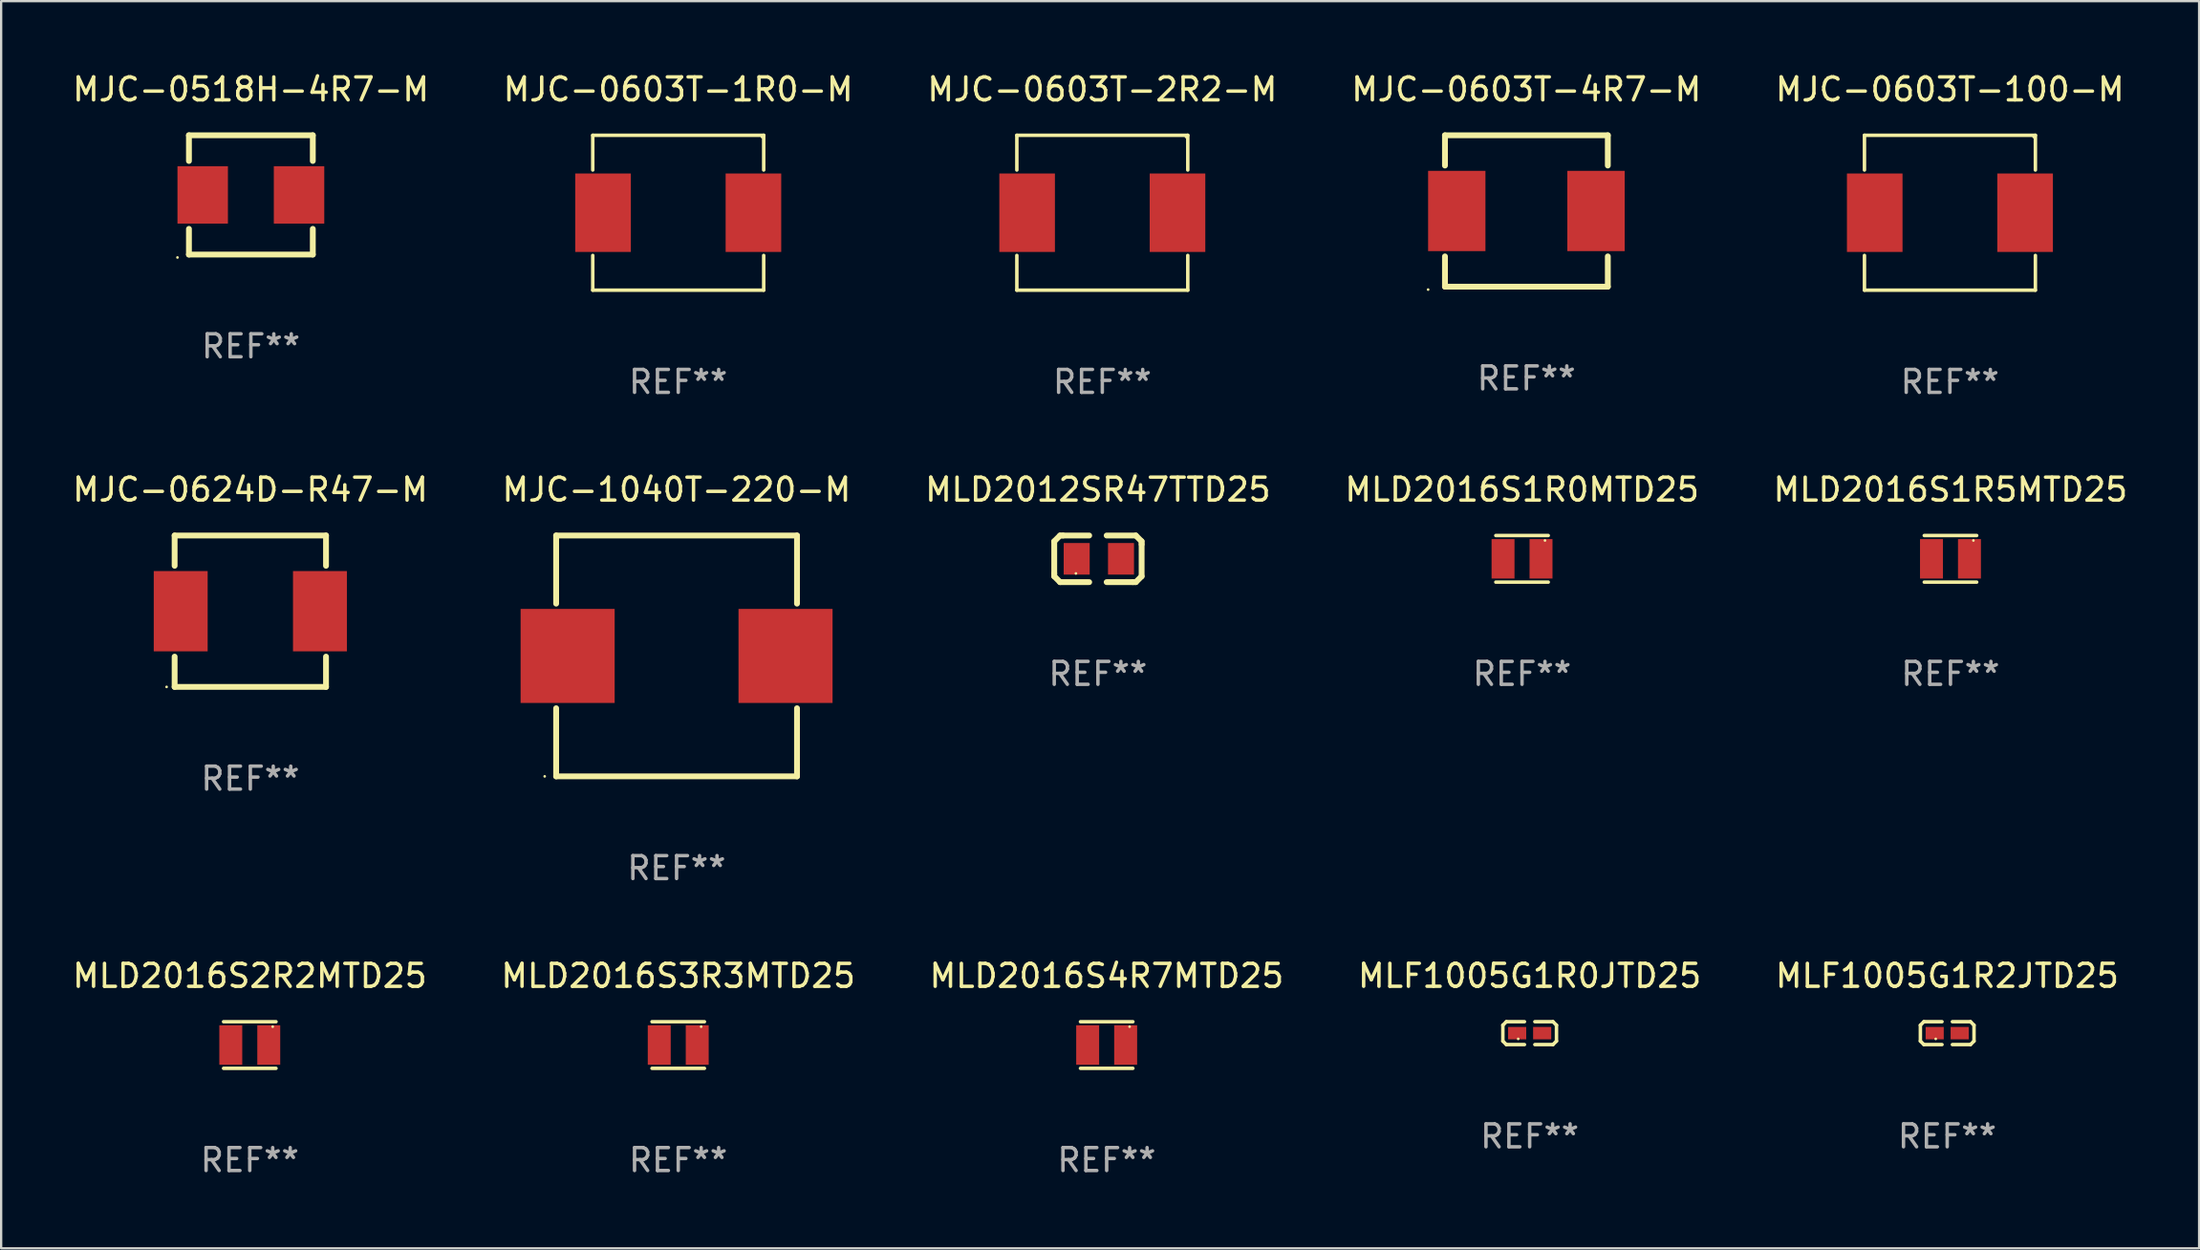
<source format=kicad_pcb>
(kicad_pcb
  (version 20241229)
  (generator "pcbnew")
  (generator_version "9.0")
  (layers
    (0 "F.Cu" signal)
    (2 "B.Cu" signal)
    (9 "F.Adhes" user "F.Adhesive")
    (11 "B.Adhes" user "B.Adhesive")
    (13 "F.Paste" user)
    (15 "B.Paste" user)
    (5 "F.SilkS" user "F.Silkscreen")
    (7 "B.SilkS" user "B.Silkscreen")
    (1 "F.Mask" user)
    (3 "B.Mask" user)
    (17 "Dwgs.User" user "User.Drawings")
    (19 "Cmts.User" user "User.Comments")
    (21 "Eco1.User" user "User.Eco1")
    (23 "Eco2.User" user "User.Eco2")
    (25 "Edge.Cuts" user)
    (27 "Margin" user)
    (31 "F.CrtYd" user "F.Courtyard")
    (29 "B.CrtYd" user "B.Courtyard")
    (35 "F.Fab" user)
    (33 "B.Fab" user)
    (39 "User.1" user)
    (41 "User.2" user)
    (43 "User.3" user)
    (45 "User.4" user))
  (footprint "MJC-0603T-4R7-M"
    (layer "F.Cu")
    (at 63.494 6.148)
    (property "Reference" "MJC-0603T-4R7-M" (at 0 -5.3 0) (layer "F.SilkS") (effects (font (size 1 1) (thickness 0.15))))
    (attr through_hole)
    (fp_line (start -3.55 -3.3) (end -3.55 -1.981) (stroke (width 0.254) (type solid)) (layer "F.SilkS"))
    (fp_line (start -3.55 -3.3) (end 3.55 -3.3) (stroke (width 0.254) (type solid)) (layer "F.SilkS"))
    (fp_line (start -3.55 1.981) (end -3.55 3.3) (stroke (width 0.254) (type solid)) (layer "F.SilkS"))
    (fp_line (start 3.55 3.3) (end -3.55 3.3) (stroke (width 0.254) (type solid)) (layer "F.SilkS"))
    (fp_line (start 3.55 -3.3) (end 3.55 -1.981) (stroke (width 0.254) (type solid)) (layer "F.SilkS"))
    (fp_line (start 3.55 1.981) (end 3.55 3.3) (stroke (width 0.254) (type solid)) (layer "F.SilkS"))
    (fp_circle (center -4.285 3.427) (end -4.255 3.427) (stroke (width 0.06) (type solid)) (fill no) (layer "F.SilkS"))
    (fp_text user "REF**" (at 0 7.3 0) (layer "F.Fab") (effects (font (size 1 1) (thickness 0.15))))
    (pad "1" smd rect (at -3.035 0) (size 2.5 3.5) (layers "F.Cu" "F.Mask" "F.Paste"))
    (pad "2" smd rect (at 3.035 0) (size 2.5 3.5) (layers "F.Cu" "F.Mask" "F.Paste")))
  (footprint "MJC-0518H-4R7-M"
    (layer "F.Cu")
    (at 7.887 5.448)
    (property "Reference" "MJC-0518H-4R7-M" (at 0 -4.6 0) (layer "F.SilkS") (effects (font (size 1 1) (thickness 0.15))))
    (attr through_hole)
    (fp_line (start -2.7 -2.6) (end -2.7 -1.481) (stroke (width 0.254) (type solid)) (layer "F.SilkS"))
    (fp_line (start -2.7 -2.6) (end 2.7 -2.6) (stroke (width 0.254) (type solid)) (layer "F.SilkS"))
    (fp_line (start -2.7 1.481) (end -2.7 2.6) (stroke (width 0.254) (type solid)) (layer "F.SilkS"))
    (fp_line (start 2.7 -2.6) (end 2.7 -1.481) (stroke (width 0.254) (type solid)) (layer "F.SilkS"))
    (fp_line (start 2.7 1.481) (end 2.7 2.6) (stroke (width 0.254) (type solid)) (layer "F.SilkS"))
    (fp_line (start 2.7 2.6) (end -2.7 2.6) (stroke (width 0.254) (type solid)) (layer "F.SilkS"))
    (fp_circle (center -3.2 2.727) (end -3.17 2.727) (stroke (width 0.06) (type solid)) (fill no) (layer "F.SilkS"))
    (fp_text user "REF**" (at 0 6.6 0) (layer "F.Fab") (effects (font (size 1 1) (thickness 0.15))))
    (pad "1" smd rect (at -2.1 0) (size 2.2 2.5) (layers "F.Cu" "F.Mask" "F.Paste"))
    (pad "2" smd rect (at 2.1 0) (size 2.2 2.5) (layers "F.Cu" "F.Mask" "F.Paste")))
  (footprint "MLD2016S3R3MTD25"
    (layer "F.Cu")
    (at 26.518 42.51)
    (property "Reference" "MLD2016S3R3MTD25" (at 0 -3.016 0) (layer "F.SilkS") (effects (font (size 1 1) (thickness 0.15))))
    (attr through_hole)
    (fp_line (start -1.143 -1.016) (end 1.143 -1.016) (stroke (width 0.152) (type solid)) (layer "F.SilkS"))
    (fp_line (start 1.143 1.016) (end -1.143 1.016) (stroke (width 0.152) (type solid)) (layer "F.SilkS"))
    (fp_circle (center 1 -0.8) (end 1.03 -0.8) (stroke (width 0.06) (type solid)) (fill no) (layer "F.SilkS"))
    (fp_text user "REF**" (at 0 5.016 0) (layer "F.Fab") (effects (font (size 1 1) (thickness 0.15))))
    (pad "1" smd rect (at 0.828 0) (size 1 1.72) (layers "F.Cu" "F.Mask" "F.Paste"))
    (pad "2" smd rect (at -0.828 0) (size 1 1.72) (layers "F.Cu" "F.Mask" "F.Paste")))
  (footprint "MLD2016S4R7MTD25"
    (layer "F.Cu")
    (at 45.196 42.51)
    (property "Reference" "MLD2016S4R7MTD25" (at 0 -3.016 0) (layer "F.SilkS") (effects (font (size 1 1) (thickness 0.15))))
    (attr through_hole)
    (fp_line (start -1.143 -1.016) (end 1.143 -1.016) (stroke (width 0.152) (type solid)) (layer "F.SilkS"))
    (fp_line (start 1.143 1.016) (end -1.143 1.016) (stroke (width 0.152) (type solid)) (layer "F.SilkS"))
    (fp_circle (center 1 -0.8) (end 1.03 -0.8) (stroke (width 0.06) (type solid)) (fill no) (layer "F.SilkS"))
    (fp_text user "REF**" (at 0 5.016 0) (layer "F.Fab") (effects (font (size 1 1) (thickness 0.15))))
    (pad "1" smd rect (at 0.828 0) (size 1 1.72) (layers "F.Cu" "F.Mask" "F.Paste"))
    (pad "2" smd rect (at -0.828 0) (size 1 1.72) (layers "F.Cu" "F.Mask" "F.Paste")))
  (footprint "MLD2016S2R2MTD25"
    (layer "F.Cu")
    (at 7.839 42.51)
    (property "Reference" "MLD2016S2R2MTD25" (at 0 -3.016 0) (layer "F.SilkS") (effects (font (size 1 1) (thickness 0.15))))
    (attr through_hole)
    (fp_line (start -1.143 -1.016) (end 1.143 -1.016) (stroke (width 0.152) (type solid)) (layer "F.SilkS"))
    (fp_line (start 1.143 1.016) (end -1.143 1.016) (stroke (width 0.152) (type solid)) (layer "F.SilkS"))
    (fp_circle (center 1 -0.8) (end 1.03 -0.8) (stroke (width 0.06) (type solid)) (fill no) (layer "F.SilkS"))
    (fp_text user "REF**" (at 0 5.016 0) (layer "F.Fab") (effects (font (size 1 1) (thickness 0.15))))
    (pad "1" smd rect (at 0.828 0) (size 1 1.72) (layers "F.Cu" "F.Mask" "F.Paste"))
    (pad "2" smd rect (at -0.828 0) (size 1 1.72) (layers "F.Cu" "F.Mask" "F.Paste")))
  (footprint "MLF1005G1R0JTD25"
    (layer "F.Cu")
    (at 63.637 41.992)
    (property "Reference" "MLF1005G1R0JTD25" (at 0 -2.499 0) (layer "F.SilkS") (effects (font (size 1 1) (thickness 0.15))))
    (attr through_hole)
    (fp_line (start -1.169 -0.346) (end -1.016 -0.499) (stroke (width 0.152) (type solid)) (layer "F.SilkS"))
    (fp_line (start -1.169 0.346) (end -1.169 -0.346) (stroke (width 0.152) (type solid)) (layer "F.SilkS"))
    (fp_line (start -1.016 -0.499) (end -0.226 -0.499) (stroke (width 0.152) (type solid)) (layer "F.SilkS"))
    (fp_line (start -1.016 0.499) (end -1.169 0.346) (stroke (width 0.152) (type solid)) (layer "F.SilkS"))
    (fp_line (start -0.226 0.499) (end -1.016 0.499) (stroke (width 0.152) (type solid)) (layer "F.SilkS"))
    (fp_line (start 0.226 0.499) (end 1.016 0.499) (stroke (width 0.152) (type solid)) (layer "F.SilkS"))
    (fp_line (start 1.016 -0.499) (end 0.226 -0.499) (stroke (width 0.152) (type solid)) (layer "F.SilkS"))
    (fp_line (start 1.016 0.499) (end 1.169 0.346) (stroke (width 0.152) (type solid)) (layer "F.SilkS"))
    (fp_line (start 1.169 -0.346) (end 1.016 -0.499) (stroke (width 0.152) (type solid)) (layer "F.SilkS"))
    (fp_line (start 1.169 0.346) (end 1.169 -0.346) (stroke (width 0.152) (type solid)) (layer "F.SilkS"))
    (fp_circle (center -0.5 0.25) (end -0.47 0.25) (stroke (width 0.06) (type solid)) (fill no) (layer "F.SilkS"))
    (fp_text user "REF**" (at 0 4.499 0) (layer "F.Fab") (effects (font (size 1 1) (thickness 0.15))))
    (pad "1" smd rect (at -0.545 0) (size 0.79 0.54) (layers "F.Cu" "F.Mask" "F.Paste"))
    (pad "2" smd rect (at 0.545 0) (size 0.79 0.54) (layers "F.Cu" "F.Mask" "F.Paste")))
  (footprint "MLD2012SR47TTD25"
    (layer "F.Cu")
    (at 44.815 21.313)
    (property "Reference" "MLD2012SR47TTD25" (at 0 -3.016 0) (layer "F.SilkS") (effects (font (size 1 1) (thickness 0.15))))
    (attr through_hole)
    (fp_line (start -1.905 -0.762) (end -1.905 0.635) (stroke (width 0.254) (type solid)) (layer "F.SilkS"))
    (fp_line (start -1.905 0.635) (end -1.905 0.762) (stroke (width 0.254) (type solid)) (layer "F.SilkS"))
    (fp_line (start -1.905 0.762) (end -1.651 1.016) (stroke (width 0.254) (type solid)) (layer "F.SilkS"))
    (fp_line (start -1.651 -1.016) (end -1.905 -0.762) (stroke (width 0.254) (type solid)) (layer "F.SilkS"))
    (fp_line (start -1.651 1.016) (end -0.381 1.016) (stroke (width 0.254) (type solid)) (layer "F.SilkS"))
    (fp_line (start -1.524 -1.016) (end -1.651 -1.016) (stroke (width 0.254) (type solid)) (layer "F.SilkS"))
    (fp_line (start -0.381 -1.016) (end -1.524 -1.016) (stroke (width 0.254) (type solid)) (layer "F.SilkS"))
    (fp_line (start 0.381 1.016) (end 1.524 1.016) (stroke (width 0.254) (type solid)) (layer "F.SilkS"))
    (fp_line (start 1.524 1.016) (end 1.651 1.016) (stroke (width 0.254) (type solid)) (layer "F.SilkS"))
    (fp_line (start 1.651 -1.016) (end 0.381 -1.016) (stroke (width 0.254) (type solid)) (layer "F.SilkS"))
    (fp_line (start 1.651 1.016) (end 1.905 0.762) (stroke (width 0.254) (type solid)) (layer "F.SilkS"))
    (fp_line (start 1.905 -0.762) (end 1.651 -1.016) (stroke (width 0.254) (type solid)) (layer "F.SilkS"))
    (fp_line (start 1.905 -0.635) (end 1.905 -0.762) (stroke (width 0.254) (type solid)) (layer "F.SilkS"))
    (fp_line (start 1.905 0.762) (end 1.905 -0.635) (stroke (width 0.254) (type solid)) (layer "F.SilkS"))
    (fp_circle (center -0.96 0.637) (end -0.93 0.637) (stroke (width 0.06) (type solid)) (fill no) (layer "F.SilkS"))
    (fp_text user "REF**" (at 0 5.016 0) (layer "F.Fab") (effects (font (size 1 1) (thickness 0.15))))
    (pad "1" smd rect (at -0.926 -0.000051) (size 1.133 1.377) (layers "F.Cu" "F.Mask" "F.Paste"))
    (pad "2" smd rect (at 1.006 -0.000051) (size 1.133 1.377) (layers "F.Cu" "F.Mask" "F.Paste")))
  (footprint "MJC-0624D-R47-M"
    (layer "F.Cu")
    (at 7.863 23.597)
    (property "Reference" "MJC-0624D-R47-M" (at 0 -5.3 0) (layer "F.SilkS") (effects (font (size 1 1) (thickness 0.15))))
    (attr through_hole)
    (fp_line (start -3.3 -3.3) (end 3.3 -3.3) (stroke (width 0.254) (type solid)) (layer "F.SilkS"))
    (fp_line (start -3.3 -1.981) (end -3.3 -3.3) (stroke (width 0.254) (type solid)) (layer "F.SilkS"))
    (fp_line (start -3.3 3.3) (end -3.3 1.981) (stroke (width 0.254) (type solid)) (layer "F.SilkS"))
    (fp_line (start 3.3 -3.3) (end 3.3 -1.981) (stroke (width 0.254) (type solid)) (layer "F.SilkS"))
    (fp_line (start 3.3 1.981) (end 3.3 3.3) (stroke (width 0.254) (type solid)) (layer "F.SilkS"))
    (fp_line (start 3.3 3.3) (end -3.3 3.3) (stroke (width 0.254) (type solid)) (layer "F.SilkS"))
    (fp_circle (center -3.65 3.3) (end -3.62 3.3) (stroke (width 0.06) (type solid)) (fill no) (layer "F.SilkS"))
    (fp_text user "REF**" (at 0 7.3 0) (layer "F.Fab") (effects (font (size 1 1) (thickness 0.15))))
    (pad "1" smd rect (at -3.035 0) (size 2.35 3.5) (layers "F.Cu" "F.Mask" "F.Paste"))
    (pad "2" smd rect (at 3.035 0) (size 2.35 3.5) (layers "F.Cu" "F.Mask" "F.Paste")))
  (footprint "MLF1005G1R2JTD25"
    (layer "F.Cu")
    (at 81.839 41.992)
    (property "Reference" "MLF1005G1R2JTD25" (at 0 -2.499 0) (layer "F.SilkS") (effects (font (size 1 1) (thickness 0.15))))
    (attr through_hole)
    (fp_line (start -1.169 -0.346) (end -1.016 -0.499) (stroke (width 0.152) (type solid)) (layer "F.SilkS"))
    (fp_line (start -1.169 0.346) (end -1.169 -0.346) (stroke (width 0.152) (type solid)) (layer "F.SilkS"))
    (fp_line (start -1.016 -0.499) (end -0.226 -0.499) (stroke (width 0.152) (type solid)) (layer "F.SilkS"))
    (fp_line (start -1.016 0.499) (end -1.169 0.346) (stroke (width 0.152) (type solid)) (layer "F.SilkS"))
    (fp_line (start -0.226 0.499) (end -1.016 0.499) (stroke (width 0.152) (type solid)) (layer "F.SilkS"))
    (fp_line (start 0.226 0.499) (end 1.016 0.499) (stroke (width 0.152) (type solid)) (layer "F.SilkS"))
    (fp_line (start 1.016 -0.499) (end 0.226 -0.499) (stroke (width 0.152) (type solid)) (layer "F.SilkS"))
    (fp_line (start 1.016 0.499) (end 1.169 0.346) (stroke (width 0.152) (type solid)) (layer "F.SilkS"))
    (fp_line (start 1.169 -0.346) (end 1.016 -0.499) (stroke (width 0.152) (type solid)) (layer "F.SilkS"))
    (fp_line (start 1.169 0.346) (end 1.169 -0.346) (stroke (width 0.152) (type solid)) (layer "F.SilkS"))
    (fp_circle (center -0.5 0.25) (end -0.47 0.25) (stroke (width 0.06) (type solid)) (fill no) (layer "F.SilkS"))
    (fp_text user "REF**" (at 0 4.499 0) (layer "F.Fab") (effects (font (size 1 1) (thickness 0.15))))
    (pad "1" smd rect (at -0.545 0) (size 0.79 0.54) (layers "F.Cu" "F.Mask" "F.Paste"))
    (pad "2" smd rect (at 0.545 0) (size 0.79 0.54) (layers "F.Cu" "F.Mask" "F.Paste")))
  (footprint "MLD2016S1R5MTD25"
    (layer "F.Cu")
    (at 81.982 21.313)
    (property "Reference" "MLD2016S1R5MTD25" (at 0 -3.016 0) (layer "F.SilkS") (effects (font (size 1 1) (thickness 0.15))))
    (attr through_hole)
    (fp_line (start -1.143 -1.016) (end 1.143 -1.016) (stroke (width 0.152) (type solid)) (layer "F.SilkS"))
    (fp_line (start 1.143 1.016) (end -1.143 1.016) (stroke (width 0.152) (type solid)) (layer "F.SilkS"))
    (fp_circle (center 1 -0.8) (end 1.03 -0.8) (stroke (width 0.06) (type solid)) (fill no) (layer "F.SilkS"))
    (fp_text user "REF**" (at 0 5.016 0) (layer "F.Fab") (effects (font (size 1 1) (thickness 0.15))))
    (pad "1" smd rect (at 0.828 0) (size 1 1.72) (layers "F.Cu" "F.Mask" "F.Paste"))
    (pad "2" smd rect (at -0.828 0) (size 1 1.72) (layers "F.Cu" "F.Mask" "F.Paste")))
  (footprint "MJC-0603T-1R0-M"
    (layer "F.Cu")
    (at 26.518 6.224)
    (property "Reference" "MJC-0603T-1R0-M" (at 0 -5.376 0) (layer "F.SilkS") (effects (font (size 1 1) (thickness 0.15))))
    (attr through_hole)
    (fp_line (start -3.726 -3.376) (end 3.726 -3.376) (stroke (width 0.152) (type solid)) (layer "F.SilkS"))
    (fp_line (start -3.726 -1.862) (end -3.726 -3.376) (stroke (width 0.152) (type solid)) (layer "F.SilkS"))
    (fp_line (start -3.726 1.862) (end -3.726 3.376) (stroke (width 0.152) (type solid)) (layer "F.SilkS"))
    (fp_line (start -3.726 3.376) (end 3.726 3.376) (stroke (width 0.152) (type solid)) (layer "F.SilkS"))
    (fp_line (start 3.726 -3.376) (end 3.726 -1.862) (stroke (width 0.152) (type solid)) (layer "F.SilkS"))
    (fp_line (start 3.726 3.376) (end 3.726 1.862) (stroke (width 0.152) (type solid)) (layer "F.SilkS"))
    (fp_circle (center 3.65 -3.3) (end 3.68 -3.3) (stroke (width 0.06) (type solid)) (fill no) (layer "F.SilkS"))
    (fp_text user "REF**" (at 0 7.376 0) (layer "F.Fab") (effects (font (size 1 1) (thickness 0.15))))
    (pad "1" smd rect (at 3.278 0) (size 2.424 3.42) (layers "F.Cu" "F.Mask" "F.Paste"))
    (pad "2" smd rect (at -3.278 0) (size 2.424 3.42) (layers "F.Cu" "F.Mask" "F.Paste")))
  (footprint "MJC-1040T-220-M"
    (layer "F.Cu")
    (at 26.446 25.547)
    (property "Reference" "MJC-1040T-220-M" (at 0 -7.25 0) (layer "F.SilkS") (effects (font (size 1 1) (thickness 0.15))))
    (attr through_hole)
    (fp_line (start -5.25 -5.25) (end 5.25 -5.25) (stroke (width 0.254) (type solid)) (layer "F.SilkS"))
    (fp_line (start -5.25 -2.281) (end -5.25 -5.25) (stroke (width 0.254) (type solid)) (layer "F.SilkS"))
    (fp_line (start -5.25 5.25) (end -5.25 2.281) (stroke (width 0.254) (type solid)) (layer "F.SilkS"))
    (fp_line (start 5.25 -5.25) (end 5.25 -2.281) (stroke (width 0.254) (type solid)) (layer "F.SilkS"))
    (fp_line (start 5.25 2.281) (end 5.25 5.25) (stroke (width 0.254) (type solid)) (layer "F.SilkS"))
    (fp_line (start 5.25 5.25) (end -5.25 5.25) (stroke (width 0.254) (type solid)) (layer "F.SilkS"))
    (fp_circle (center -5.75 5.25) (end -5.72 5.25) (stroke (width 0.06) (type solid)) (fill no) (layer "F.SilkS"))
    (fp_text user "REF**" (at 0 9.25 0) (layer "F.Fab") (effects (font (size 1 1) (thickness 0.15))))
    (pad "1" smd rect (at -4.75 0) (size 4.1 4.1) (layers "F.Cu" "F.Mask" "F.Paste"))
    (pad "2" smd rect (at 4.75 0) (size 4.1 4.1) (layers "F.Cu" "F.Mask" "F.Paste")))
  (footprint "MJC-0603T-100-M"
    (layer "F.Cu")
    (at 81.958 6.224)
    (property "Reference" "MJC-0603T-100-M" (at 0 -5.376 0) (layer "F.SilkS") (effects (font (size 1 1) (thickness 0.15))))
    (attr through_hole)
    (fp_line (start -3.726 -3.376) (end 3.726 -3.376) (stroke (width 0.152) (type solid)) (layer "F.SilkS"))
    (fp_line (start -3.726 -1.862) (end -3.726 -3.376) (stroke (width 0.152) (type solid)) (layer "F.SilkS"))
    (fp_line (start -3.726 1.862) (end -3.726 3.376) (stroke (width 0.152) (type solid)) (layer "F.SilkS"))
    (fp_line (start -3.726 3.376) (end 3.726 3.376) (stroke (width 0.152) (type solid)) (layer "F.SilkS"))
    (fp_line (start 3.726 -3.376) (end 3.726 -1.862) (stroke (width 0.152) (type solid)) (layer "F.SilkS"))
    (fp_line (start 3.726 3.376) (end 3.726 1.862) (stroke (width 0.152) (type solid)) (layer "F.SilkS"))
    (fp_circle (center 3.65 -3.3) (end 3.68 -3.3) (stroke (width 0.06) (type solid)) (fill no) (layer "F.SilkS"))
    (fp_text user "REF**" (at 0 7.376 0) (layer "F.Fab") (effects (font (size 1 1) (thickness 0.15))))
    (pad "1" smd rect (at 3.278 0) (size 2.424 3.42) (layers "F.Cu" "F.Mask" "F.Paste"))
    (pad "2" smd rect (at -3.278 0) (size 2.424 3.42) (layers "F.Cu" "F.Mask" "F.Paste")))
  (footprint "MJC-0603T-2R2-M"
    (layer "F.Cu")
    (at 45.006 6.224)
    (property "Reference" "MJC-0603T-2R2-M" (at 0 -5.376 0) (layer "F.SilkS") (effects (font (size 1 1) (thickness 0.15))))
    (attr through_hole)
    (fp_line (start -3.726 -3.376) (end 3.726 -3.376) (stroke (width 0.152) (type solid)) (layer "F.SilkS"))
    (fp_line (start -3.726 -1.862) (end -3.726 -3.376) (stroke (width 0.152) (type solid)) (layer "F.SilkS"))
    (fp_line (start -3.726 1.862) (end -3.726 3.376) (stroke (width 0.152) (type solid)) (layer "F.SilkS"))
    (fp_line (start -3.726 3.376) (end 3.726 3.376) (stroke (width 0.152) (type solid)) (layer "F.SilkS"))
    (fp_line (start 3.726 -3.376) (end 3.726 -1.862) (stroke (width 0.152) (type solid)) (layer "F.SilkS"))
    (fp_line (start 3.726 3.376) (end 3.726 1.862) (stroke (width 0.152) (type solid)) (layer "F.SilkS"))
    (fp_circle (center 3.65 -3.3) (end 3.68 -3.3) (stroke (width 0.06) (type solid)) (fill no) (layer "F.SilkS"))
    (fp_text user "REF**" (at 0 7.376 0) (layer "F.Fab") (effects (font (size 1 1) (thickness 0.15))))
    (pad "1" smd rect (at 3.278 0) (size 2.424 3.42) (layers "F.Cu" "F.Mask" "F.Paste"))
    (pad "2" smd rect (at -3.278 0) (size 2.424 3.42) (layers "F.Cu" "F.Mask" "F.Paste")))
  (footprint "MLD2016S1R0MTD25"
    (layer "F.Cu")
    (at 63.304 21.313)
    (property "Reference" "MLD2016S1R0MTD25" (at 0 -3.016 0) (layer "F.SilkS") (effects (font (size 1 1) (thickness 0.15))))
    (attr through_hole)
    (fp_line (start -1.143 -1.016) (end 1.143 -1.016) (stroke (width 0.152) (type solid)) (layer "F.SilkS"))
    (fp_line (start 1.143 1.016) (end -1.143 1.016) (stroke (width 0.152) (type solid)) (layer "F.SilkS"))
    (fp_circle (center 1 -0.8) (end 1.03 -0.8) (stroke (width 0.06) (type solid)) (fill no) (layer "F.SilkS"))
    (fp_text user "REF**" (at 0 5.016 0) (layer "F.Fab") (effects (font (size 1 1) (thickness 0.15))))
    (pad "1" smd rect (at 0.828 0) (size 1 1.72) (layers "F.Cu" "F.Mask" "F.Paste"))
    (pad "2" smd rect (at -0.828 0) (size 1 1.72) (layers "F.Cu" "F.Mask" "F.Paste")))
  (gr_rect
    (start -3 -3)
    (end 92.821 51.374)
    (stroke (width 0.1) (type default))
    (fill no)
    (layer "Edge.Cuts")))
</source>
